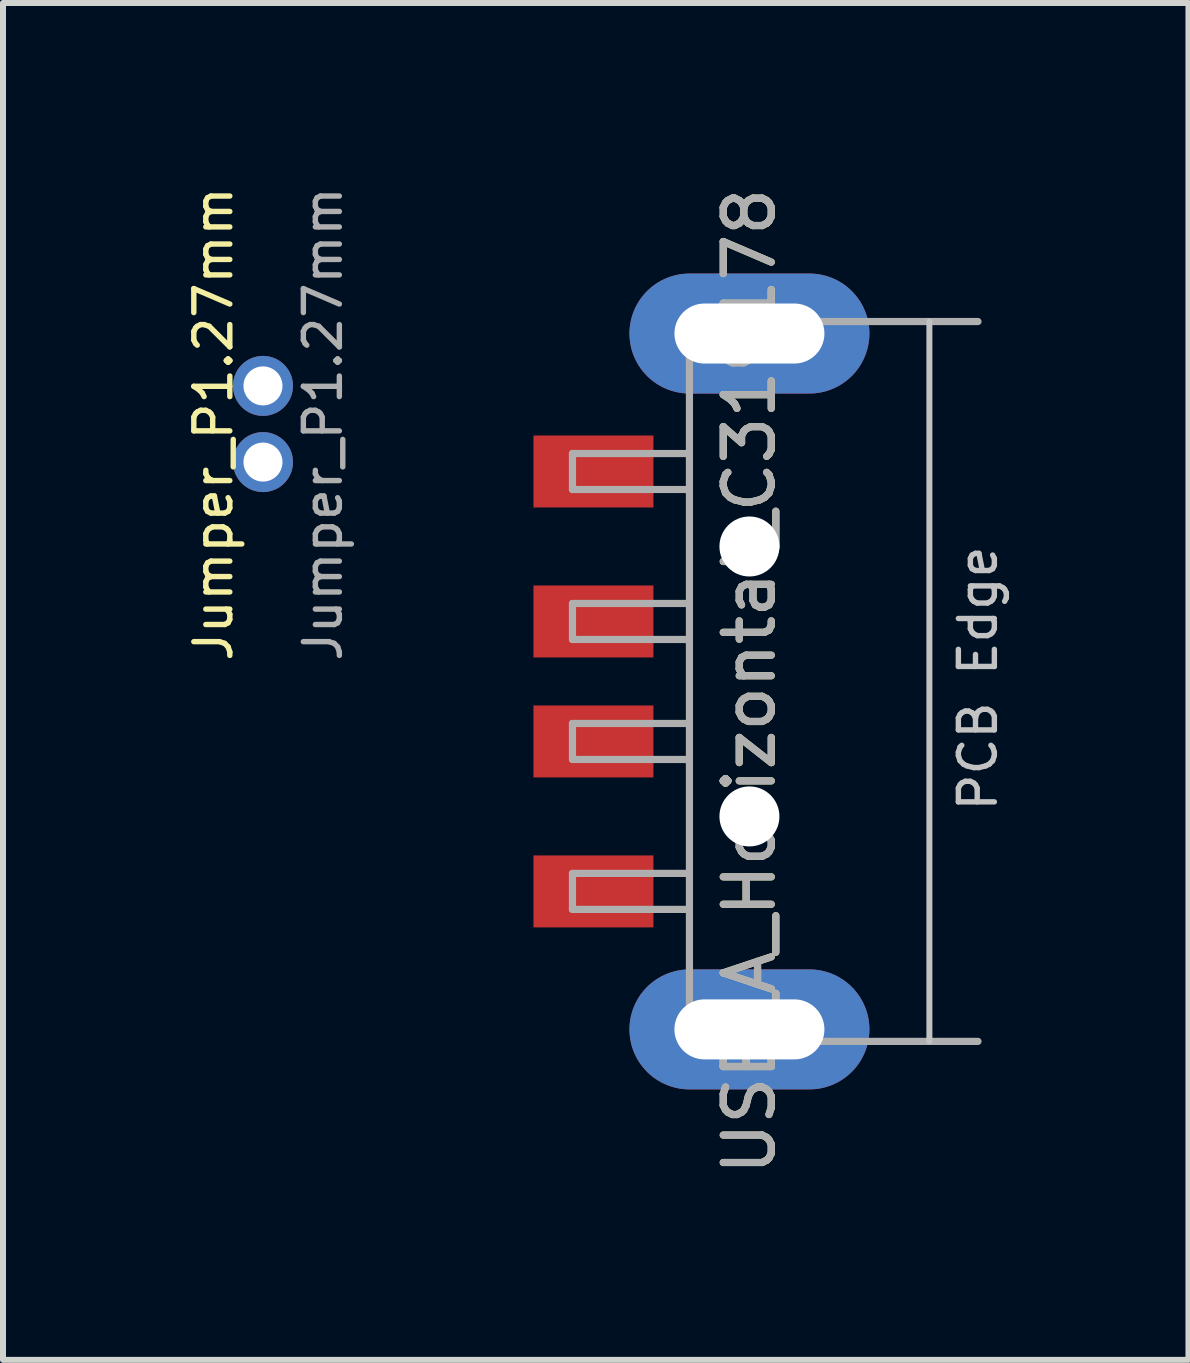
<source format=kicad_pcb>
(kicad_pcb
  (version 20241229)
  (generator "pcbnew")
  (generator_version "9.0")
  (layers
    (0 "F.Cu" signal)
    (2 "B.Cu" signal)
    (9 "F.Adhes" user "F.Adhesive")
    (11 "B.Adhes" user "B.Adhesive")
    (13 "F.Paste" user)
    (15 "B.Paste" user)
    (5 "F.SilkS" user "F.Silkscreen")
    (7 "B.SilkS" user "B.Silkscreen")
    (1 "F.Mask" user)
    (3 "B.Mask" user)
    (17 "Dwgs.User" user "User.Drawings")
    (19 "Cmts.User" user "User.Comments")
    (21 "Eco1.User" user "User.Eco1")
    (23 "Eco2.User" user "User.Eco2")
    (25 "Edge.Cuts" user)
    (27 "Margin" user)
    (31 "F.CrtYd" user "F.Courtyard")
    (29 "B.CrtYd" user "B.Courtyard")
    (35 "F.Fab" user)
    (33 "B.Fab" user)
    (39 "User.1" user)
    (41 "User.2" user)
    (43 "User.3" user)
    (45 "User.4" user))
  (footprint "Jumper_P1.27mm"
    (layer "F.Cu")
    (at 1.334 3.383)
    (property "Reference" "Jumper_P1.27mm" (at -0.826 0.635 90) (layer "F.SilkS") (effects (font (size 0.6 0.6) (thickness 0.09))))
    (attr through_hole)
    (fp_text user "${REFERENCE}" (at 1 0.635 90) (layer "F.Fab") (effects (font (size 0.6 0.6) (thickness 0.09))))
    (pad "1" thru_hole oval (at 0 0) (size 1 1) (drill 0.65) (layers "*.Cu" "*.Mask"))
    (pad "2" thru_hole oval (at 0 1.27) (size 1 1) (drill 0.65) (layers "*.Cu" "*.Mask")))
  (footprint "USB_A_Horizontal_C319178"
    (layer "F.Cu")
    (at 9.443 8.31)
    (property "Reference" "USB_A_Horizontal_C319178" (at 0 0 90) (layer "F.SilkS") (effects (font (size 0.8 0.8) (thickness 0.12))))
    (attr smd)
    (fp_line (start 3 6) (end 3 -6) (stroke (width 0.1) (type solid)) (layer "Dwgs.User"))
    (fp_line (start -2.95 -3.8) (end -2.95 -3.2) (stroke (width 0.12) (type solid)) (layer "F.Fab"))
    (fp_line (start -2.95 -1.3) (end -2.95 -0.7) (stroke (width 0.12) (type solid)) (layer "F.Fab"))
    (fp_line (start -2.95 0.7) (end -2.95 1.3) (stroke (width 0.12) (type solid)) (layer "F.Fab"))
    (fp_line (start -2.95 3.2) (end -2.95 3.8) (stroke (width 0.12) (type solid)) (layer "F.Fab"))
    (fp_line (start -1 -6) (end -1 6) (stroke (width 0.12) (type solid)) (layer "F.Fab"))
    (fp_line (start -1 -6) (end 3.81 -6) (stroke (width 0.12) (type solid)) (layer "F.Fab"))
    (fp_line (start -1 -3.8) (end -2.95 -3.8) (stroke (width 0.12) (type solid)) (layer "F.Fab"))
    (fp_line (start -1 -3.2) (end -2.95 -3.2) (stroke (width 0.12) (type solid)) (layer "F.Fab"))
    (fp_line (start -1 -1.3) (end -2.95 -1.3) (stroke (width 0.12) (type solid)) (layer "F.Fab"))
    (fp_line (start -1 -0.7) (end -2.95 -0.7) (stroke (width 0.12) (type solid)) (layer "F.Fab"))
    (fp_line (start -1 0.7) (end -2.95 0.7) (stroke (width 0.12) (type solid)) (layer "F.Fab"))
    (fp_line (start -1 1.3) (end -2.95 1.3) (stroke (width 0.12) (type solid)) (layer "F.Fab"))
    (fp_line (start -1 3.2) (end -2.95 3.2) (stroke (width 0.12) (type solid)) (layer "F.Fab"))
    (fp_line (start -1 3.8) (end -2.95 3.8) (stroke (width 0.12) (type solid)) (layer "F.Fab"))
    (fp_line (start -1 6) (end 3.81 6) (stroke (width 0.12) (type solid)) (layer "F.Fab"))
    (fp_text user "PCB Edge" (at 3.81 -0.05 90) (layer "Dwgs.User") (effects (font (size 0.6 0.6) (thickness 0.09))))
    (fp_text user "${REFERENCE}" (at 0 0 90) (layer "F.Fab") (effects (font (size 0.8 0.8) (thickness 0.12))))
    (pad "" np_thru_hole circle (at 0 -2.25) (size 1 1) (drill 1) (layers "*.Cu" "*.Mask"))
    (pad "" np_thru_hole circle (at 0 2.25) (size 1 1) (drill 1) (layers "*.Cu" "*.Mask"))
    (pad "1" smd rect (at -2.6 -3.5) (size 2 1.2) (layers "F.Cu" "F.Mask" "F.Paste"))
    (pad "2" smd rect (at -2.6 -1) (size 2 1.2) (layers "F.Cu" "F.Mask" "F.Paste"))
    (pad "3" smd rect (at -2.6 1) (size 2 1.2) (layers "F.Cu" "F.Mask" "F.Paste"))
    (pad "4" smd rect (at -2.6 3.5) (size 2 1.2) (layers "F.Cu" "F.Mask" "F.Paste"))
    (pad "5" thru_hole oval (at 0 -5.8) (size 4 2) (drill oval 2.5 1) (layers "*.Cu" "*.Mask"))
    (pad "5" thru_hole oval (at 0 5.8) (size 4 2) (drill oval 2.5 1) (layers "*.Cu" "*.Mask")))
  (gr_rect
    (start -3 -3)
    (end 16.762 19.619)
    (stroke (width 0.1) (type default))
    (fill no)
    (layer "Edge.Cuts")))
</source>
